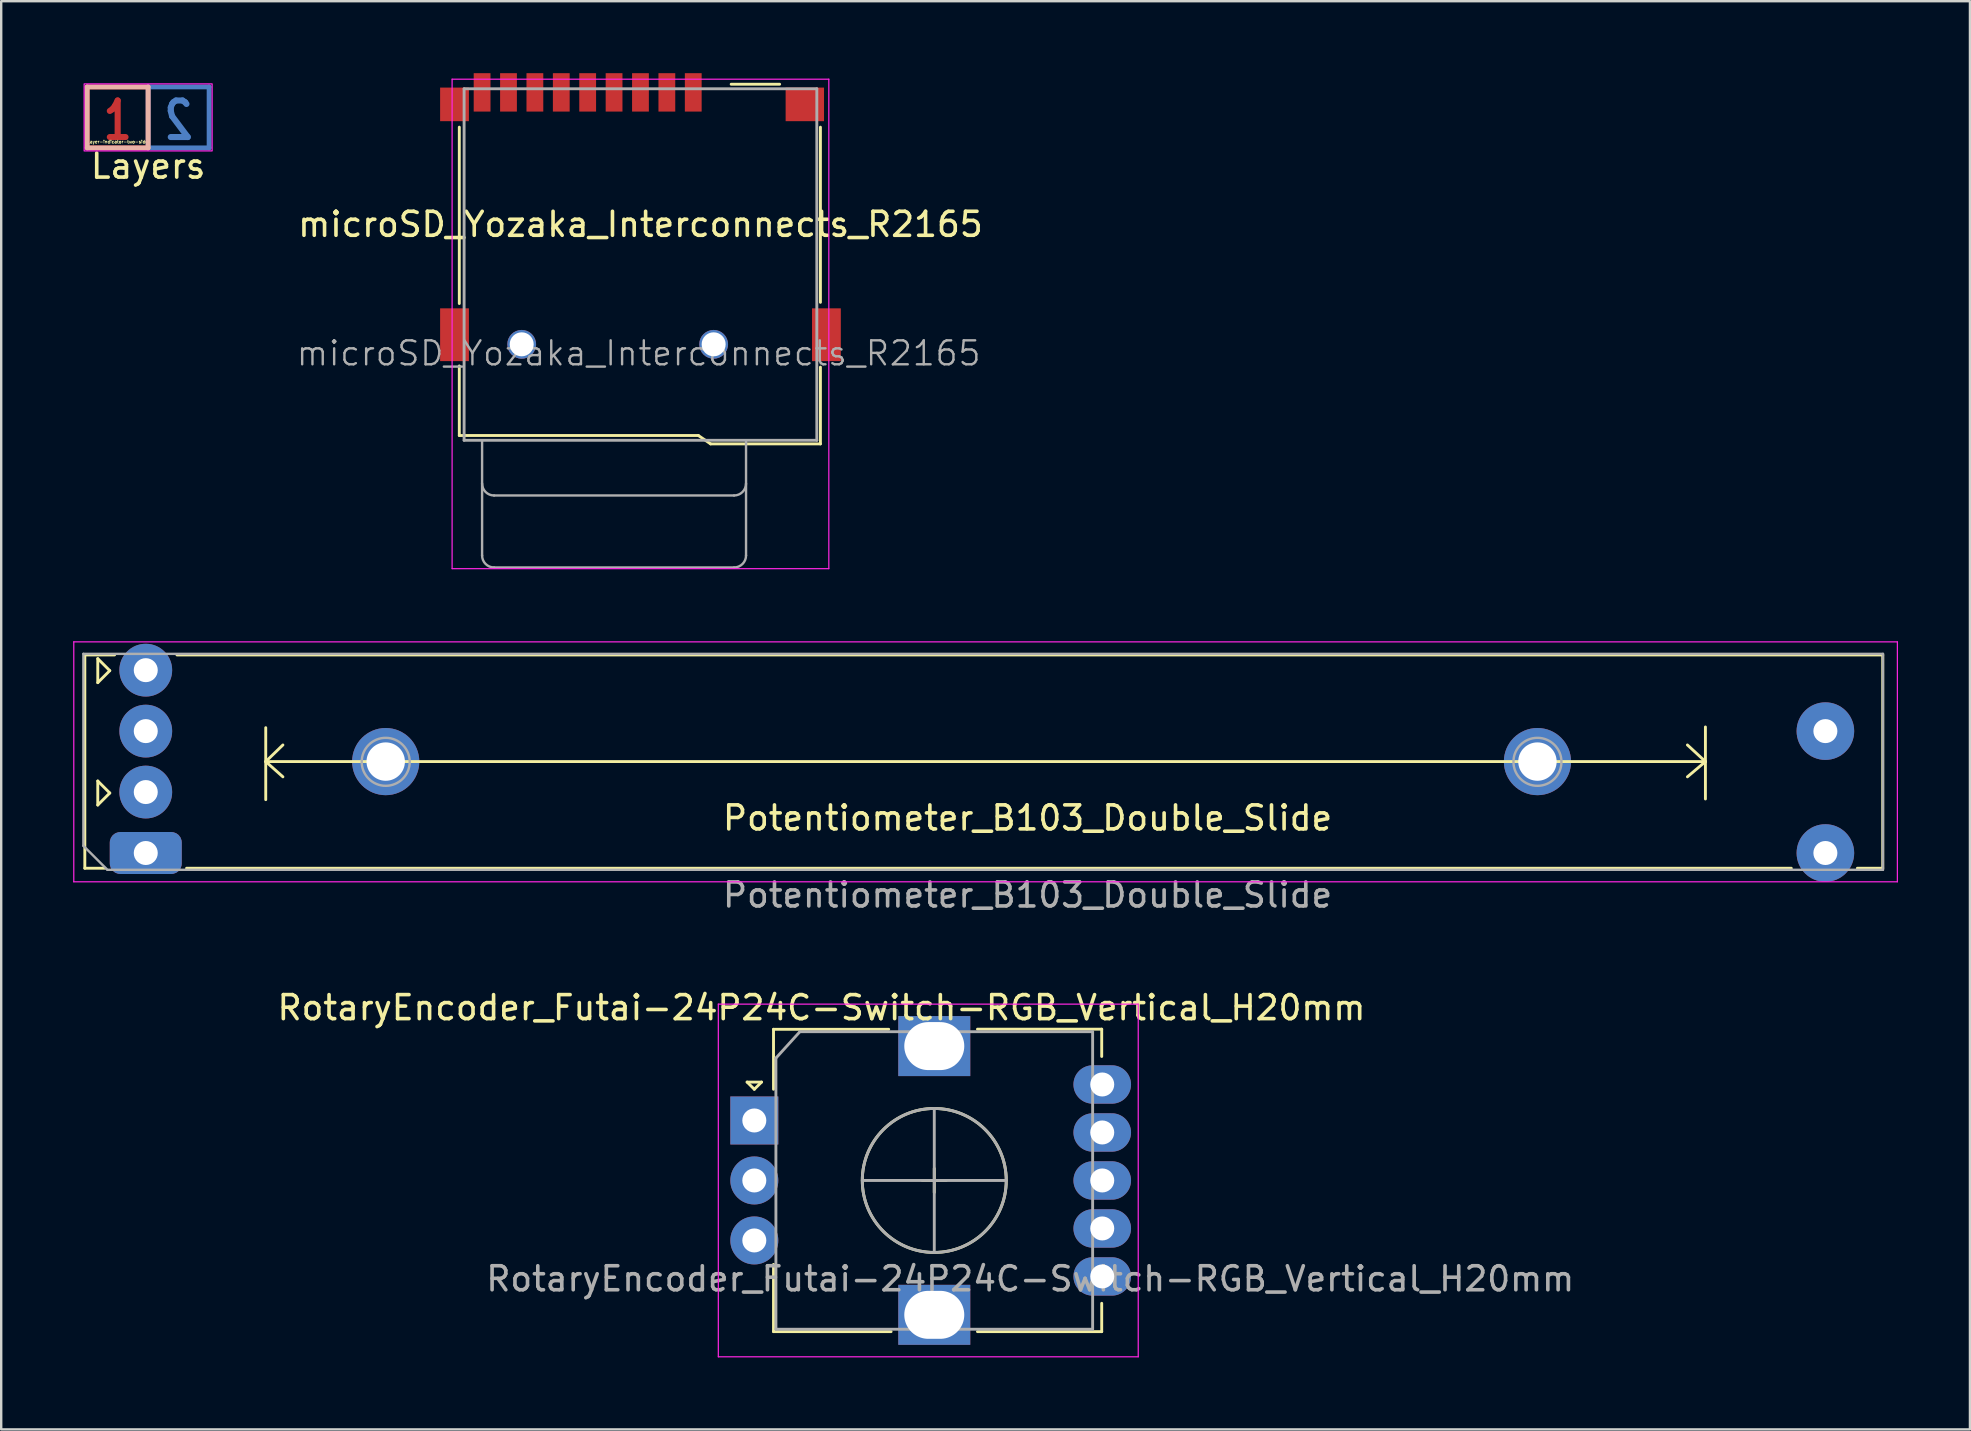
<source format=kicad_pcb>
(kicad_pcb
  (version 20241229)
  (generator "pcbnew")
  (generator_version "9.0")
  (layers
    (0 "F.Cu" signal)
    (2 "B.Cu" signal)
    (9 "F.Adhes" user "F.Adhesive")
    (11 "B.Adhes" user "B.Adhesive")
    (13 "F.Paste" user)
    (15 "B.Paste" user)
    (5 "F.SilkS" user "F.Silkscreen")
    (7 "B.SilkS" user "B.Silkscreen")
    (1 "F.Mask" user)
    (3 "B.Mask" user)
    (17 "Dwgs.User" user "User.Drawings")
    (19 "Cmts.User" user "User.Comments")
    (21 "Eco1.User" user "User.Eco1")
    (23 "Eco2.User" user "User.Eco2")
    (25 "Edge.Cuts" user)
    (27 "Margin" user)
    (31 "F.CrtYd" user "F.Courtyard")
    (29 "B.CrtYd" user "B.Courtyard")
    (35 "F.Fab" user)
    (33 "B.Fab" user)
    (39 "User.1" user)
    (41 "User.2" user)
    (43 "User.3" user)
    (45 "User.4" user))
  (footprint "Potentiometer_B103_Double_Slide"
    (layer "F.Cu")
    (at 3.025 32.5)
    (property "Reference" "Potentiometer_B103_Double_Slide" (at 36.75 -1.46 0) (layer "F.SilkS") (effects (font (size 1 1) (thickness 0.15))))
    (attr through_hole)
    (fp_line (start -2.54 -8.255) (end -2.54 0.635) (stroke (width 0.12) (type solid)) (layer "F.SilkS"))
    (fp_line (start -2.54 -8.255) (end -1.3 -8.255) (stroke (width 0.12) (type solid)) (layer "F.SilkS"))
    (fp_line (start -2.54 0.635) (end -1.7 0.635) (stroke (width 0.12) (type solid)) (layer "F.SilkS"))
    (fp_line (start -2 -8.1) (end -2 -7.1) (stroke (width 0.12) (type solid)) (layer "F.SilkS"))
    (fp_line (start -2 -7.1) (end -1.5 -7.6) (stroke (width 0.12) (type solid)) (layer "F.SilkS"))
    (fp_line (start -2 -3) (end -2 -2) (stroke (width 0.12) (type solid)) (layer "F.SilkS"))
    (fp_line (start -2 -2) (end -1.5 -2.5) (stroke (width 0.12) (type solid)) (layer "F.SilkS"))
    (fp_line (start -1.5 -7.6) (end -2 -8.1) (stroke (width 0.12) (type solid)) (layer "F.SilkS"))
    (fp_line (start -1.5 -2.5) (end -2 -3) (stroke (width 0.12) (type solid)) (layer "F.SilkS"))
    (fp_line (start 1.3 -8.255) (end 72.39 -8.255) (stroke (width 0.12) (type solid)) (layer "F.SilkS"))
    (fp_line (start 1.7 0.635) (end 68.58 0.635) (stroke (width 0.12) (type solid)) (layer "F.SilkS"))
    (fp_line (start 5 -5.223) (end 5 -2.223) (stroke (width 0.12) (type solid)) (layer "F.SilkS"))
    (fp_line (start 5 -3.81) (end 5.715 -3.175) (stroke (width 0.12) (type solid)) (layer "F.SilkS"))
    (fp_line (start 5 -3.81) (end 65 -3.81) (stroke (width 0.12) (type solid)) (layer "F.SilkS"))
    (fp_line (start 5.715 -4.503) (end 5 -3.81) (stroke (width 0.12) (type solid)) (layer "F.SilkS"))
    (fp_line (start 64.25 -4.503) (end 65 -3.81) (stroke (width 0.12) (type solid)) (layer "F.SilkS"))
    (fp_line (start 65 -5.253) (end 65 -2.252) (stroke (width 0.12) (type solid)) (layer "F.SilkS"))
    (fp_line (start 65 -3.81) (end 64.25 -3.175) (stroke (width 0.12) (type solid)) (layer "F.SilkS"))
    (fp_line (start 71.333 0.635) (end 72.39 0.635) (stroke (width 0.12) (type solid)) (layer "F.SilkS"))
    (fp_line (start 72.39 -8.255) (end 72.39 0.635) (stroke (width 0.12) (type solid)) (layer "F.SilkS"))
    (fp_line (start -3 -8.8) (end -3 1.2) (stroke (width 0.05) (type solid)) (layer "F.CrtYd"))
    (fp_line (start -3 1.2) (end 73 1.2) (stroke (width 0.05) (type solid)) (layer "F.CrtYd"))
    (fp_line (start 73 -8.8) (end -3 -8.8) (stroke (width 0.05) (type solid)) (layer "F.CrtYd"))
    (fp_line (start 73 1.2) (end 73 -8.8) (stroke (width 0.05) (type solid)) (layer "F.CrtYd"))
    (fp_line (start -2.6 -8.3) (end 72.4 -8.3) (stroke (width 0.1) (type solid)) (layer "F.Fab"))
    (fp_line (start -2.6 -0.3) (end -2.6 -8.3) (stroke (width 0.1) (type solid)) (layer "F.Fab"))
    (fp_line (start -1.6 0.7) (end -2.6 -0.3) (stroke (width 0.1) (type solid)) (layer "F.Fab"))
    (fp_line (start 72.4 -8.3) (end 72.4 0.7) (stroke (width 0.1) (type solid)) (layer "F.Fab"))
    (fp_line (start 72.4 0.7) (end -1.6 0.7) (stroke (width 0.1) (type solid)) (layer "F.Fab"))
    (fp_circle (center 10 -3.8) (end 11 -3.8) (stroke (width 0.1) (type solid)) (fill no) (layer "F.Fab"))
    (fp_circle (center 58 -3.8) (end 59 -3.8) (stroke (width 0.1) (type solid)) (fill no) (layer "F.Fab"))
    (fp_text user "${REFERENCE}" (at 36.75 1.75 0) (layer "F.Fab") (effects (font (size 1 1) (thickness 0.15))))
    (pad "1" thru_hole roundrect (at 0 0) (size 3 1.75) (drill 1) (layers "*.Cu" "*.Mask") (roundrect_rratio 0.25))
    (pad "2" thru_hole circle (at 0 -2.54) (size 2.2 2.2) (drill 1) (layers "*.Cu" "*.Mask"))
    (pad "3" thru_hole circle (at 70 0) (size 2.4 2.4) (drill 1) (layers "*.Cu" "*.Mask"))
    (pad "4" thru_hole circle (at 0 -5.08) (size 2.2 2.2) (drill 1) (layers "*.Cu" "*.Mask"))
    (pad "5" thru_hole circle (at 0 -7.62) (size 2.2 2.2) (drill 1) (layers "*.Cu" "*.Mask"))
    (pad "6" thru_hole circle (at 70 -5.08) (size 2.4 2.4) (drill 1) (layers "*.Cu" "*.Mask"))
    (pad "7" thru_hole circle (at 10 -3.81) (size 2.8 2.8) (drill 1.6) (layers "*.Cu" "*.Mask"))
    (pad "7" thru_hole circle (at 58 -3.81) (size 2.8 2.8) (drill 1.6) (layers "*.Cu" "*.Mask")))
  (footprint "Layer-indicator-two-side"
    (layer "F.Cu")
    (at 1.854 1.843)
    (property "Reference" "Layer-indicator-two-side" (at 0 1.016 0) (layer "F.SilkS") (effects (font (size 0.127 0.127) (thickness 0.025))))
    (attr exclude_from_pos_files exclude_from_bom)
    (fp_line (start -1.27 -1.27) (end 1.27 -1.27) (stroke (width 0.2) (type solid)) (layer "F.Cu"))
    (fp_line (start -1.27 1.27) (end -1.27 -1.27) (stroke (width 0.2) (type solid)) (layer "F.Cu"))
    (fp_line (start 1.27 -1.27) (end 1.27 1.27) (stroke (width 0.2) (type solid)) (layer "F.Cu"))
    (fp_line (start 1.27 1.27) (end -1.27 1.27) (stroke (width 0.2) (type solid)) (layer "F.Cu"))
    (fp_rect (start 3.894 -1.335) (end -1.346 1.332) (stroke (width 0.12) (type solid)) (fill yes) (layer "F.Mask"))
    (fp_line (start 1.27 -1.27) (end 3.81 -1.27) (stroke (width 0.2) (type solid)) (layer "B.Cu"))
    (fp_line (start 1.27 1.27) (end 1.27 -1.27) (stroke (width 0.2) (type solid)) (layer "B.Cu"))
    (fp_line (start 3.81 -1.27) (end 3.81 1.27) (stroke (width 0.2) (type solid)) (layer "B.Cu"))
    (fp_line (start 3.81 1.27) (end 1.27 1.27) (stroke (width 0.2) (type solid)) (layer "B.Cu"))
    (fp_rect (start 3.894 -1.335) (end -1.346 1.332) (stroke (width 0.12) (type solid)) (fill yes) (layer "B.Mask"))
    (fp_line (start -1.27 -1.27) (end -1.27 1.27) (stroke (width 0.203) (type solid)) (layer "B.SilkS"))
    (fp_line (start -1.27 1.27) (end 1.27 1.27) (stroke (width 0.203) (type solid)) (layer "B.SilkS"))
    (fp_line (start 1.27 -1.27) (end -1.27 -1.27) (stroke (width 0.203) (type solid)) (layer "B.SilkS"))
    (fp_line (start 1.27 1.27) (end 1.27 -1.27) (stroke (width 0.203) (type solid)) (layer "B.SilkS"))
    (fp_rect (start -1.397 -1.397) (end 3.937 1.397) (stroke (width 0.05) (type solid)) (fill no) (layer "F.CrtYd"))
    (fp_text user "1" (at 0 0.127 0) (layer "F.Cu") (effects (font (size 1.524 1.143) (thickness 0.254))))
    (fp_text user "2" (at 2.54 0.127 0) (layer "B.Cu") (effects (font (size 1.524 1.143) (thickness 0.254)) (justify mirror)))
    (fp_text user "Layers" (at 1.27 2.032 0) (unlocked yes) (layer "F.SilkS") (effects (font (size 1 1) (thickness 0.15))))
    (zone (net_name "") (layers "F.Cu" "B.Cu") (hatch edge 0.508) (connect_pads) (min_thickness 0.254) (filled_areas_thickness no) (keepout (tracks not_allowed) (vias not_allowed) (pads not_allowed) (copperpour not_allowed) (footprints not_allowed)) (placement (enabled no)) (fill) (polygon (pts (xy 6.255 0) (xy 0 0) (xy 0 3.683) (xy 6.255 3.683)))))
  (footprint "microSD_Yozaka_Interconnects_R2165"
    (layer "F.Cu")
    (at 23.642 11.3)
    (property "Reference" "microSD_Yozaka_Interconnects_R2165" (at 0 -5 0) (layer "F.SilkS") (effects (font (size 1 1) (thickness 0.15))))
    (attr smd)
    (fp_line (start -7.55 -9.05) (end -7.55 -1.7) (stroke (width 0.12) (type solid)) (layer "F.SilkS"))
    (fp_line (start -7.55 0.9) (end -7.55 3.8) (stroke (width 0.12) (type solid)) (layer "F.SilkS"))
    (fp_line (start -7.55 3.8) (end 2.413 3.8) (stroke (width 0.12) (type solid)) (layer "F.SilkS"))
    (fp_line (start 2.923 4.15) (end 2.413 3.8) (stroke (width 0.12) (type solid)) (layer "F.SilkS"))
    (fp_line (start 3.78 -10.84) (end 5.8 -10.84) (stroke (width 0.12) (type solid)) (layer "F.SilkS"))
    (fp_line (start 7.5 -9.05) (end 7.5 -1.75) (stroke (width 0.12) (type solid)) (layer "F.SilkS"))
    (fp_line (start 7.5 4.15) (end 2.923 4.15) (stroke (width 0.12) (type solid)) (layer "F.SilkS"))
    (fp_line (start 7.5 4.15) (end 7.5 0.95) (stroke (width 0.12) (type solid)) (layer "F.SilkS"))
    (fp_line (start -7.85 -11.05) (end 7.85 -11.05) (stroke (width 0.05) (type solid)) (layer "F.CrtYd"))
    (fp_line (start -7.85 9.35) (end -7.85 -11.05) (stroke (width 0.05) (type solid)) (layer "F.CrtYd"))
    (fp_line (start 7.85 -11.05) (end 7.85 9.35) (stroke (width 0.05) (type solid)) (layer "F.CrtYd"))
    (fp_line (start 7.85 9.35) (end -7.85 9.35) (stroke (width 0.05) (type solid)) (layer "F.CrtYd"))
    (fp_line (start -7.35 -10.65) (end -7.35 4) (stroke (width 0.12) (type solid)) (layer "F.Fab"))
    (fp_line (start -7.35 -10.65) (end 7.35 -10.65) (stroke (width 0.12) (type solid)) (layer "F.Fab"))
    (fp_line (start -7.35 4) (end 7.35 4) (stroke (width 0.12) (type solid)) (layer "F.Fab"))
    (fp_line (start -6.6 4) (end -6.6 8.8) (stroke (width 0.1) (type solid)) (layer "F.Fab"))
    (fp_line (start -6.1 6.3) (end 3.9 6.3) (stroke (width 0.1) (type solid)) (layer "F.Fab"))
    (fp_line (start -6.1 9.3) (end 3.9 9.3) (stroke (width 0.1) (type solid)) (layer "F.Fab"))
    (fp_line (start 4.4 8.8) (end 4.4 4) (stroke (width 0.1) (type solid)) (layer "F.Fab"))
    (fp_line (start 7.35 -10.65) (end 7.35 4) (stroke (width 0.12) (type solid)) (layer "F.Fab"))
    (fp_arc (start -6.1 6.3) (mid -6.453553 6.153553) (end -6.6 5.8) (stroke (width 0.1) (type solid)) (layer "F.Fab"))
    (fp_arc (start -6.1 9.3) (mid -6.453553 9.153553) (end -6.6 8.8) (stroke (width 0.1) (type solid)) (layer "F.Fab"))
    (fp_arc (start 4.4 5.8) (mid 4.253553 6.153553) (end 3.9 6.3) (stroke (width 0.1) (type solid)) (layer "F.Fab"))
    (fp_arc (start 4.4 8.8) (mid 4.253553 9.153553) (end 3.9 9.3) (stroke (width 0.1) (type solid)) (layer "F.Fab"))
    (fp_text user "${REFERENCE}" (at -0.075 0.375 0) (layer "F.Fab") (effects (font (size 1 1) (thickness 0.1))))
    (pad "" np_thru_hole circle (at -4.95 0) (size 1.2 1.2) (drill 1) (layers "*.Cu" "*.Mask"))
    (pad "" np_thru_hole circle (at 3.05 0) (size 1.2 1.2) (drill 1) (layers "*.Cu" "*.Mask"))
    (pad "1" smd rect (at 2.2 -10.5) (size 0.7 1.6) (layers "F.Cu" "F.Mask" "F.Paste"))
    (pad "2" smd rect (at 1.1 -10.5) (size 0.7 1.6) (layers "F.Cu" "F.Mask" "F.Paste"))
    (pad "3" smd rect (at 0 -10.5) (size 0.7 1.6) (layers "F.Cu" "F.Mask" "F.Paste"))
    (pad "4" smd rect (at -1.1 -10.5) (size 0.7 1.6) (layers "F.Cu" "F.Mask" "F.Paste"))
    (pad "5" smd rect (at -2.2 -10.5) (size 0.7 1.6) (layers "F.Cu" "F.Mask" "F.Paste"))
    (pad "6" smd rect (at -3.3 -10.5) (size 0.7 1.6) (layers "F.Cu" "F.Mask" "F.Paste"))
    (pad "7" smd rect (at -4.4 -10.5) (size 0.7 1.6) (layers "F.Cu" "F.Mask" "F.Paste"))
    (pad "8" smd rect (at -5.5 -10.5) (size 0.7 1.6) (layers "F.Cu" "F.Mask" "F.Paste"))
    (pad "9" smd rect (at -6.6 -10.5) (size 0.7 1.6) (layers "F.Cu" "F.Mask" "F.Paste"))
    (pad "10" smd rect (at -7.75 -10) (size 1.2 1.4) (layers "F.Cu" "F.Mask" "F.Paste"))
    (pad "10" smd rect (at -7.75 -0.4) (size 1.2 2.2) (layers "F.Cu" "F.Mask" "F.Paste"))
    (pad "10" smd rect (at 6.85 -10) (size 1.6 1.4) (layers "F.Cu" "F.Mask" "F.Paste"))
    (pad "10" smd rect (at 7.75 -0.4) (size 1.2 2.2) (layers "F.Cu" "F.Mask" "F.Paste")))
  (footprint "RotaryEncoder_Futai-24P24C-Switch-RGB_Vertical_H20mm"
    (layer "F.Cu")
    (at 28.387 43.647)
    (property "Reference" "RotaryEncoder_Futai-24P24C-Switch-RGB_Vertical_H20mm" (at 2.8 -4.7 0) (layer "F.SilkS") (effects (font (size 1 1) (thickness 0.15))))
    (attr through_hole)
    (fp_line (start -0.3 -1.6) (end 0.3 -1.6) (stroke (width 0.12) (type solid)) (layer "F.SilkS"))
    (fp_line (start 0 -1.3) (end -0.3 -1.6) (stroke (width 0.12) (type solid)) (layer "F.SilkS"))
    (fp_line (start 0.3 -1.6) (end 0 -1.3) (stroke (width 0.12) (type solid)) (layer "F.SilkS"))
    (fp_line (start 0.8 -3.8) (end 0.8 -1.3) (stroke (width 0.12) (type solid)) (layer "F.SilkS"))
    (fp_line (start 0.8 8.8) (end 0.8 6) (stroke (width 0.12) (type solid)) (layer "F.SilkS"))
    (fp_line (start 5.6 -3.8) (end 0.8 -3.8) (stroke (width 0.12) (type solid)) (layer "F.SilkS"))
    (fp_line (start 5.7 8.8) (end 0.8 8.8) (stroke (width 0.12) (type solid)) (layer "F.SilkS"))
    (fp_line (start 7 2.5) (end 8 2.5) (stroke (width 0.12) (type solid)) (layer "F.SilkS"))
    (fp_line (start 7.5 2) (end 7.5 3) (stroke (width 0.12) (type solid)) (layer "F.SilkS"))
    (fp_line (start 9.3 -3.805) (end 14.478 -3.805) (stroke (width 0.12) (type solid)) (layer "F.SilkS"))
    (fp_line (start 14.478 -3.805) (end 14.478 -2.667) (stroke (width 0.12) (type solid)) (layer "F.SilkS"))
    (fp_line (start 14.478 7.62) (end 14.478 8.8) (stroke (width 0.12) (type solid)) (layer "F.SilkS"))
    (fp_line (start 14.478 8.8) (end 9.3 8.8) (stroke (width 0.12) (type solid)) (layer "F.SilkS"))
    (fp_circle (center 7.5 2.5) (end 10.5 2.5) (stroke (width 0.12) (type solid)) (fill no) (layer "F.SilkS"))
    (fp_line (start -1.5 -4.85) (end -1.5 9.85) (stroke (width 0.05) (type solid)) (layer "F.CrtYd"))
    (fp_line (start -1.5 -4.85) (end 16 -4.85) (stroke (width 0.05) (type solid)) (layer "F.CrtYd"))
    (fp_line (start 16 9.85) (end -1.5 9.85) (stroke (width 0.05) (type solid)) (layer "F.CrtYd"))
    (fp_line (start 16 9.85) (end 16 -4.85) (stroke (width 0.05) (type solid)) (layer "F.CrtYd"))
    (fp_line (start 0.9 -2.6) (end 1.9 -3.7) (stroke (width 0.12) (type solid)) (layer "F.Fab"))
    (fp_line (start 0.9 8.7) (end 0.9 -2.6) (stroke (width 0.12) (type solid)) (layer "F.Fab"))
    (fp_line (start 1.9 -3.7) (end 14.1 -3.7) (stroke (width 0.12) (type solid)) (layer "F.Fab"))
    (fp_line (start 4.5 2.5) (end 10.5 2.5) (stroke (width 0.12) (type solid)) (layer "F.Fab"))
    (fp_line (start 7.5 -0.5) (end 7.5 5.5) (stroke (width 0.12) (type solid)) (layer "F.Fab"))
    (fp_line (start 14.1 -3.7) (end 14.1 8.7) (stroke (width 0.12) (type solid)) (layer "F.Fab"))
    (fp_line (start 14.1 8.7) (end 0.9 8.7) (stroke (width 0.12) (type solid)) (layer "F.Fab"))
    (fp_circle (center 7.5 2.5) (end 10.5 2.5) (stroke (width 0.12) (type solid)) (fill no) (layer "F.Fab"))
    (fp_text user "${REFERENCE}" (at 11.5 6.6 0) (layer "F.Fab") (effects (font (size 1 1) (thickness 0.15))))
    (fp_text user "https://ae01.alicdn.com/kf/Haa456de8ebf34b948a5c56a3894d9ecaK.png" (at 0 0 0) (layer "User.1") (effects (font (size 1 1) (thickness 0.15))))
    (pad "1" thru_hole oval (at 14.5 6.5) (size 2.4 1.6) (drill 1) (layers "*.Cu" "*.Mask"))
    (pad "2" thru_hole oval (at 14.5 4.5) (size 2.4 1.6) (drill 1) (layers "*.Cu" "*.Mask"))
    (pad "3" thru_hole oval (at 14.5 2.5) (size 2.4 1.6) (drill 1) (layers "*.Cu" "*.Mask"))
    (pad "4" thru_hole oval (at 14.5 0.5) (size 2.4 1.6) (drill 1) (layers "*.Cu" "*.Mask"))
    (pad "5" thru_hole oval (at 14.5 -1.5) (size 2.4 1.6) (drill 1) (layers "*.Cu" "*.Mask"))
    (pad "A" thru_hole rect (at 0 0) (size 2 2) (drill 1) (layers "*.Cu" "*.Mask"))
    (pad "B" thru_hole circle (at 0 5) (size 2 2) (drill 1) (layers "*.Cu" "*.Mask"))
    (pad "C" thru_hole circle (at 0 2.5) (size 2 2) (drill 1) (layers "*.Cu" "*.Mask"))
    (pad "MP" thru_hole rect (at 7.5 -3.1) (size 3 2.5) (drill oval 2.5 2) (layers "*.Cu" "*.Mask"))
    (pad "MP" thru_hole rect (at 7.5 8.1) (size 3 2.5) (drill oval 2.5 2) (layers "*.Cu" "*.Mask")))
  (gr_rect
    (start -3 -3)
    (end 79.05 56.522)
    (stroke (width 0.1) (type default))
    (fill no)
    (layer "Edge.Cuts")))
</source>
